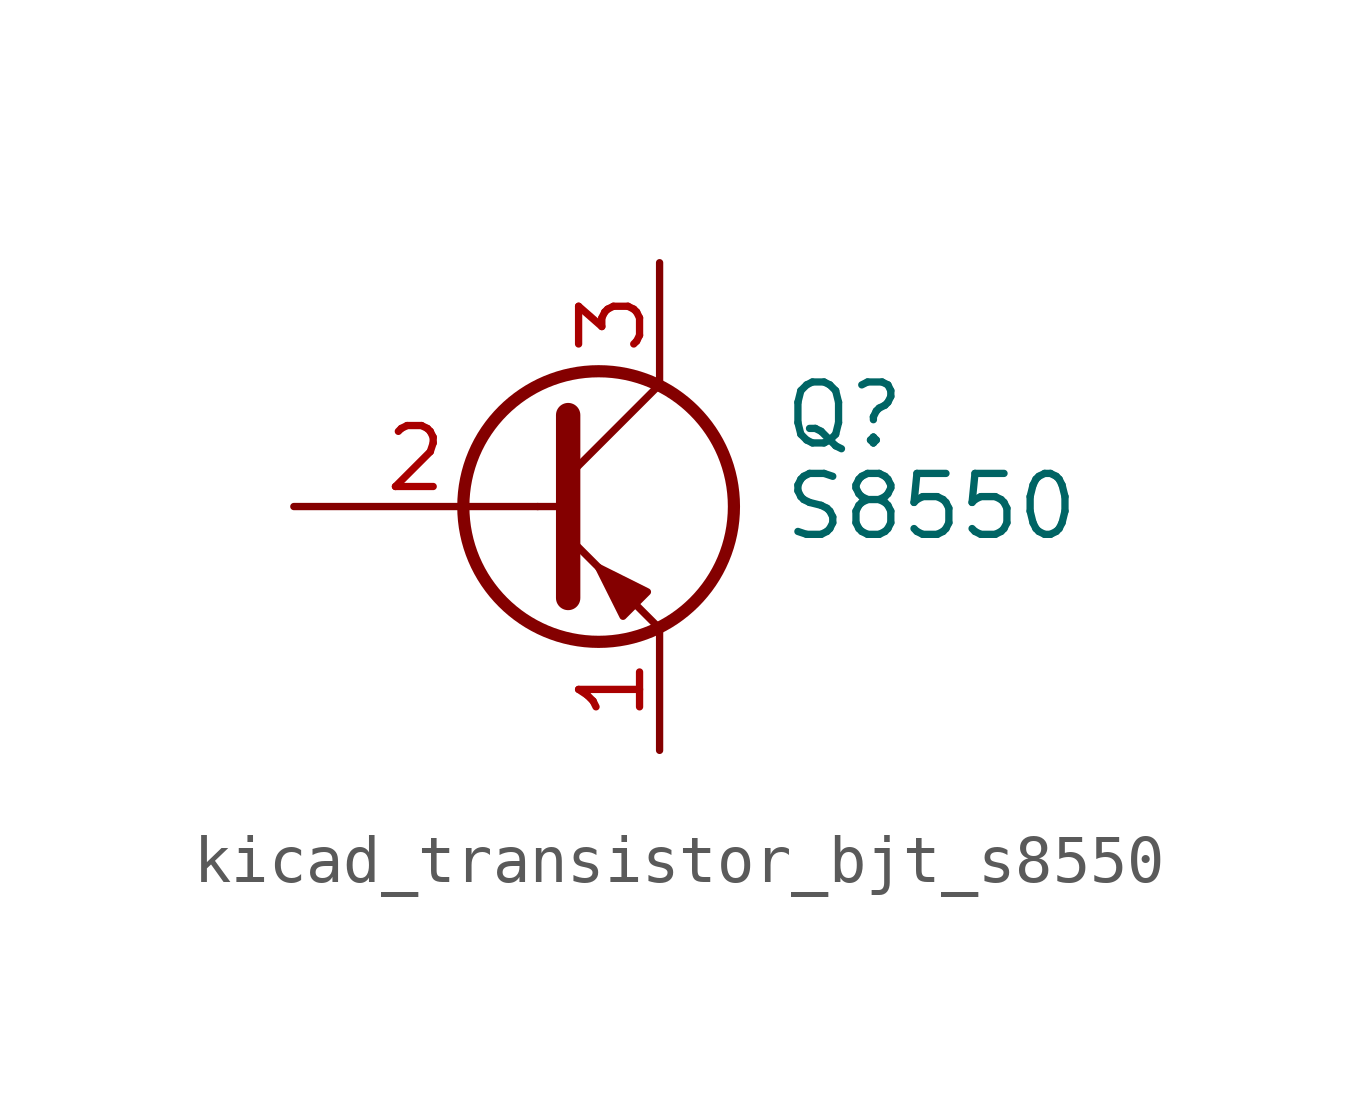
<source format=kicad_sym>
(kicad_symbol_lib
  (version 20220914)
  (generator kicad_symbol_editor)
  (symbol "kicad_transistor_bjt_s8550"
    (pin_names
      (offset 0) hide)
    (property "Reference" "Q"
      (at 5.08 1.905 0)
      (effects (font (size 1.27 1.27)) (justify left)))
    (property "Value" "S8550"
      (at 5.08 0 0)
      (effects (font (size 1.27 1.27)) (justify left)))
    (symbol "kicad_transistor_bjt_s8550_0_1"
      (polyline (pts (xy 0 0) (xy 0.635 0)) (stroke (width 0) (type default)) (fill (type none)))
      (polyline (pts (xy 2.54 -2.54) (xy 0.635 -0.635)) (stroke (width 0) (type default)) (fill (type none)))
      (polyline (pts (xy 2.54 2.54) (xy 0.635 0.635)) (stroke (width 0) (type default)) (fill (type none)))
      (polyline (pts (xy 0.635 1.905) (xy 0.635 -1.905) (xy 0.635 -1.905)) (stroke (width 0.508) (type default)) (fill (type outline)))
      (polyline (pts (xy 1.778 -2.286) (xy 2.286 -1.778) (xy 1.27 -1.27) (xy 1.778 -2.286) (xy 1.778 -2.286)) (stroke (width 0) (type default)) (fill (type outline)))
      (circle (center 1.27 0) (radius 2.819) (stroke (width 0.254) (type default)) (fill (type none))))
    (symbol "kicad_transistor_bjt_s8550_1_1"
      (pin passive line (at 2.54 -5.08 90) (length 2.54) (name "E" (effects (font (size 1.27 1.27)))) (number "1" (effects (font (size 1.27 1.27)))))
      (pin input line (at -5.08 0 0) (length 5.08) (name "B" (effects (font (size 1.27 1.27)))) (number "2" (effects (font (size 1.27 1.27)))))
      (pin passive line (at 2.54 5.08 270) (length 2.54) (name "C" (effects (font (size 1.27 1.27)))) (number "3" (effects (font (size 1.27 1.27))))))))
</source>
